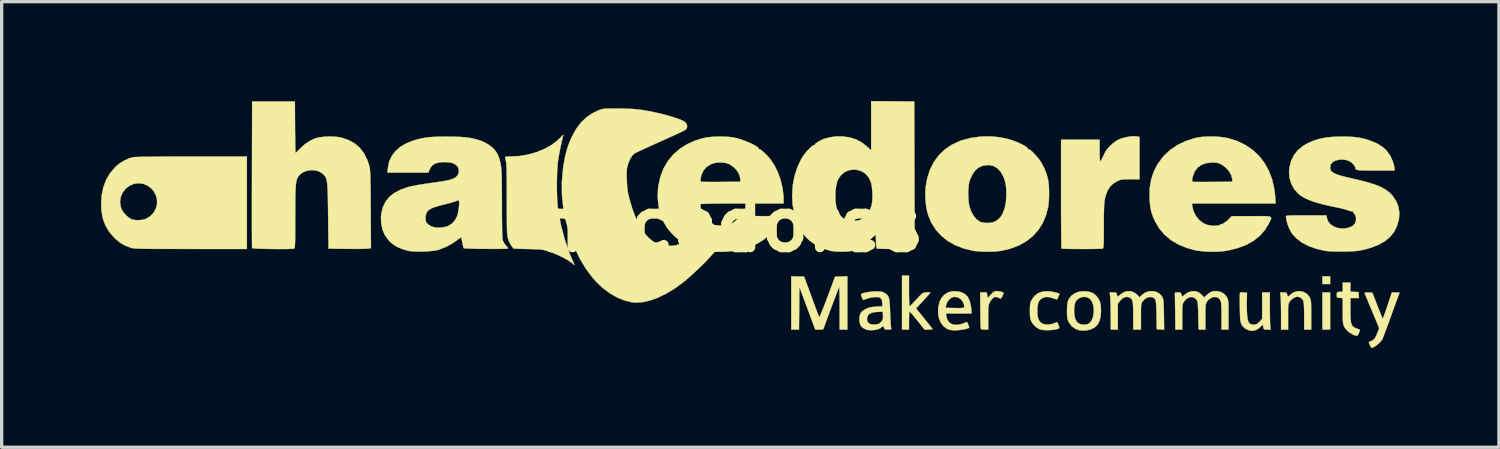
<source format=kicad_pcb>
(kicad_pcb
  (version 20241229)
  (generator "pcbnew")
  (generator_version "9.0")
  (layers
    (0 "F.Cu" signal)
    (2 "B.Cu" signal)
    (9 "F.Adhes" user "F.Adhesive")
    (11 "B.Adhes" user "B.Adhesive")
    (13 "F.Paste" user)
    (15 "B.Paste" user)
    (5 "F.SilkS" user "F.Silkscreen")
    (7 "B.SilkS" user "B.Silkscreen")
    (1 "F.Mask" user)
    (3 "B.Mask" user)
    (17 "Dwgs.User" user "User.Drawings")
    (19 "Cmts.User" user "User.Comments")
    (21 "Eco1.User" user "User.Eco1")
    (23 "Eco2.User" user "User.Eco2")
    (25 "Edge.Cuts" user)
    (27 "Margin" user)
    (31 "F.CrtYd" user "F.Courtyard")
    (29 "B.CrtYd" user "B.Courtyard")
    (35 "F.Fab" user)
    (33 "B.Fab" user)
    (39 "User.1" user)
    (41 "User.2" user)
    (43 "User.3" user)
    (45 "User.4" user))
  (footprint "hacedores"
    (layer "F.Cu")
    (at 19.034 3.731)
    (property "Reference" "hacedores" (at 0 0 0) (layer "F.SilkS") (effects (font (size 1.524 1.524) (thickness 0.3))))
    (attr through_hole)
    (fp_poly (pts (xy 18.098 1.799) (xy 17.865 1.799) (xy 17.865 1.566) (xy 18.098 1.566) (xy 18.098 1.799)) (stroke (width 0.01) (type solid)) (fill yes) (layer "F.SilkS"))
    (fp_poly (pts (xy 18.098 3.175) (xy 17.865 3.175) (xy 17.865 2.053) (xy 18.098 2.053) (xy 18.098 3.175)) (stroke (width 0.01) (type solid)) (fill yes) (layer "F.SilkS"))
    (fp_poly (pts (xy 8.081 2.016) (xy 8.142 2.028) (xy 8.197 2.044) (xy 8.23 2.059) (xy 8.234 2.065) (xy 8.227 2.088) (xy 8.209 2.136) (xy 8.199 2.16) (xy 8.172 2.215) (xy 8.147 2.235) (xy 8.131 2.232) (xy 8.053 2.202) (xy 8.002 2.188) (xy 7.966 2.19) (xy 7.934 2.206) (xy 7.92 2.216) (xy 7.876 2.26) (xy 7.831 2.323) (xy 7.816 2.35) (xy 7.798 2.387) (xy 7.786 2.425) (xy 7.777 2.47) (xy 7.772 2.531) (xy 7.769 2.616) (xy 7.768 2.731) (xy 7.768 2.809) (xy 7.768 3.175) (xy 7.662 3.175) (xy 7.59 3.17) (xy 7.551 3.155) (xy 7.546 3.149) (xy 7.543 3.121) (xy 7.54 3.057) (xy 7.537 2.963) (xy 7.534 2.844) (xy 7.532 2.707) (xy 7.531 2.588) (xy 7.525 2.053) (xy 7.625 2.053) (xy 7.725 2.053) (xy 7.739 2.137) (xy 7.752 2.222) (xy 7.851 2.116) (xy 7.91 2.057) (xy 7.955 2.025) (xy 7.998 2.012) (xy 8.025 2.011) (xy 8.081 2.016)) (stroke (width 0.01) (type solid)) (fill yes) (layer "F.SilkS"))
    (fp_poly (pts (xy 18.711 2.03) (xy 18.833 2.036) (xy 18.955 2.043) (xy 18.961 2.133) (xy 18.968 2.223) (xy 18.711 2.223) (xy 18.711 2.594) (xy 18.712 2.752) (xy 18.718 2.874) (xy 18.729 2.965) (xy 18.75 3.032) (xy 18.782 3.079) (xy 18.829 3.114) (xy 18.892 3.141) (xy 18.959 3.163) (xy 18.986 3.173) (xy 18.994 3.191) (xy 18.986 3.227) (xy 18.97 3.271) (xy 18.943 3.331) (xy 18.913 3.359) (xy 18.868 3.358) (xy 18.799 3.332) (xy 18.785 3.326) (xy 18.655 3.247) (xy 18.559 3.145) (xy 18.522 3.083) (xy 18.507 3.047) (xy 18.495 3.008) (xy 18.487 2.959) (xy 18.482 2.894) (xy 18.48 2.804) (xy 18.479 2.683) (xy 18.479 2.609) (xy 18.479 2.225) (xy 18.389 2.218) (xy 18.332 2.212) (xy 18.306 2.197) (xy 18.299 2.162) (xy 18.299 2.127) (xy 18.301 2.074) (xy 18.315 2.049) (xy 18.352 2.039) (xy 18.389 2.036) (xy 18.479 2.03) (xy 18.479 1.757) (xy 18.711 1.757) (xy 18.711 2.03)) (stroke (width 0.01) (type solid)) (fill yes) (layer "F.SilkS"))
    (fp_poly (pts (xy 5.376 2.011) (xy 5.377 2.146) (xy 5.379 2.266) (xy 5.382 2.364) (xy 5.386 2.434) (xy 5.39 2.471) (xy 5.392 2.475) (xy 5.412 2.46) (xy 5.454 2.419) (xy 5.513 2.359) (xy 5.582 2.284) (xy 5.599 2.267) (xy 5.676 2.183) (xy 5.732 2.125) (xy 5.774 2.089) (xy 5.809 2.067) (xy 5.844 2.057) (xy 5.887 2.052) (xy 5.902 2.051) (xy 5.966 2.048) (xy 6.01 2.05) (xy 6.022 2.054) (xy 6.011 2.072) (xy 5.975 2.115) (xy 5.92 2.178) (xy 5.85 2.255) (xy 5.809 2.3) (xy 5.588 2.535) (xy 5.831 2.835) (xy 5.909 2.932) (xy 5.978 3.018) (xy 6.034 3.087) (xy 6.071 3.135) (xy 6.086 3.155) (xy 6.074 3.166) (xy 6.027 3.173) (xy 5.973 3.175) (xy 5.847 3.175) (xy 5.628 2.901) (xy 5.554 2.81) (xy 5.488 2.731) (xy 5.436 2.671) (xy 5.403 2.634) (xy 5.392 2.626) (xy 5.386 2.645) (xy 5.381 2.699) (xy 5.378 2.78) (xy 5.376 2.879) (xy 5.376 2.9) (xy 5.376 3.175) (xy 5.165 3.175) (xy 5.165 1.545) (xy 5.376 1.545) (xy 5.376 2.011)) (stroke (width 0.01) (type solid)) (fill yes) (layer "F.SilkS"))
    (fp_poly (pts (xy 3.514 3.175) (xy 3.281 3.175) (xy 3.281 2.526) (xy 3.28 2.366) (xy 3.279 2.221) (xy 3.277 2.096) (xy 3.275 1.997) (xy 3.271 1.928) (xy 3.268 1.894) (xy 3.266 1.891) (xy 3.256 1.913) (xy 3.234 1.969) (xy 3.201 2.053) (xy 3.161 2.159) (xy 3.114 2.28) (xy 3.064 2.412) (xy 3.013 2.549) (xy 2.963 2.683) (xy 2.916 2.81) (xy 2.874 2.924) (xy 2.84 3.018) (xy 2.816 3.087) (xy 2.81 3.106) (xy 2.794 3.145) (xy 2.774 3.166) (xy 2.736 3.174) (xy 2.668 3.175) (xy 2.666 3.175) (xy 2.545 3.175) (xy 2.064 1.883) (xy 2.053 3.175) (xy 1.82 3.175) (xy 1.82 1.565) (xy 2.014 1.571) (xy 2.207 1.577) (xy 2.352 1.968) (xy 2.403 2.107) (xy 2.456 2.249) (xy 2.505 2.383) (xy 2.547 2.498) (xy 2.574 2.572) (xy 2.608 2.66) (xy 2.637 2.734) (xy 2.658 2.784) (xy 2.667 2.8) (xy 2.677 2.785) (xy 2.7 2.735) (xy 2.734 2.654) (xy 2.777 2.547) (xy 2.827 2.419) (xy 2.883 2.275) (xy 2.912 2.197) (xy 3.143 1.577) (xy 3.328 1.571) (xy 3.514 1.565) (xy 3.514 3.175)) (stroke (width 0.01) (type solid)) (fill yes) (layer "F.SilkS"))
    (fp_poly (pts (xy 17.303 2.041) (xy 17.397 2.098) (xy 17.469 2.183) (xy 17.478 2.201) (xy 17.494 2.235) (xy 17.506 2.269) (xy 17.515 2.31) (xy 17.521 2.365) (xy 17.524 2.44) (xy 17.525 2.541) (xy 17.526 2.676) (xy 17.526 2.735) (xy 17.526 3.175) (xy 17.314 3.175) (xy 17.314 2.776) (xy 17.313 2.629) (xy 17.309 2.502) (xy 17.304 2.401) (xy 17.296 2.332) (xy 17.291 2.31) (xy 17.25 2.247) (xy 17.186 2.2) (xy 17.116 2.18) (xy 17.112 2.18) (xy 17.044 2.196) (xy 16.968 2.239) (xy 16.902 2.297) (xy 16.879 2.326) (xy 16.861 2.354) (xy 16.847 2.383) (xy 16.838 2.418) (xy 16.832 2.467) (xy 16.829 2.536) (xy 16.828 2.633) (xy 16.828 2.765) (xy 16.828 2.788) (xy 16.828 3.175) (xy 16.616 3.175) (xy 16.616 2.725) (xy 16.615 2.584) (xy 16.613 2.449) (xy 16.61 2.33) (xy 16.607 2.235) (xy 16.603 2.172) (xy 16.602 2.164) (xy 16.589 2.053) (xy 16.687 2.053) (xy 16.748 2.055) (xy 16.779 2.067) (xy 16.794 2.095) (xy 16.799 2.117) (xy 16.813 2.164) (xy 16.832 2.176) (xy 16.865 2.153) (xy 16.893 2.125) (xy 16.983 2.055) (xy 17.087 2.019) (xy 17.197 2.015) (xy 17.303 2.041)) (stroke (width 0.01) (type solid)) (fill yes) (layer "F.SilkS"))
    (fp_poly (pts (xy 15.485 2.052) (xy 15.586 2.064) (xy 15.581 2.322) (xy 15.58 2.444) (xy 15.582 2.572) (xy 15.586 2.687) (xy 15.591 2.755) (xy 15.607 2.871) (xy 15.633 2.95) (xy 15.674 2.999) (xy 15.734 3.022) (xy 15.793 3.027) (xy 15.85 3.022) (xy 15.896 3.002) (xy 15.945 2.96) (xy 15.963 2.941) (xy 16.044 2.856) (xy 16.044 2.053) (xy 16.277 2.053) (xy 16.277 2.535) (xy 16.278 2.678) (xy 16.28 2.812) (xy 16.282 2.929) (xy 16.285 3.021) (xy 16.289 3.081) (xy 16.291 3.096) (xy 16.304 3.175) (xy 16.198 3.175) (xy 16.135 3.174) (xy 16.101 3.164) (xy 16.086 3.138) (xy 16.077 3.099) (xy 16.063 3.023) (xy 15.987 3.099) (xy 15.925 3.149) (xy 15.859 3.187) (xy 15.834 3.196) (xy 15.78 3.21) (xy 15.74 3.214) (xy 15.693 3.207) (xy 15.645 3.196) (xy 15.537 3.15) (xy 15.454 3.07) (xy 15.42 3.015) (xy 15.405 2.981) (xy 15.394 2.943) (xy 15.386 2.893) (xy 15.38 2.825) (xy 15.376 2.732) (xy 15.372 2.608) (xy 15.371 2.512) (xy 15.369 2.382) (xy 15.369 2.265) (xy 15.369 2.17) (xy 15.371 2.101) (xy 15.373 2.068) (xy 15.374 2.066) (xy 15.399 2.05) (xy 15.459 2.049) (xy 15.485 2.052)) (stroke (width 0.01) (type solid)) (fill yes) (layer "F.SilkS"))
    (fp_poly (pts (xy 9.673 2.028) (xy 9.755 2.043) (xy 9.828 2.06) (xy 9.871 2.073) (xy 9.927 2.094) (xy 9.891 2.174) (xy 9.867 2.226) (xy 9.851 2.259) (xy 9.849 2.263) (xy 9.828 2.261) (xy 9.781 2.247) (xy 9.753 2.237) (xy 9.625 2.198) (xy 9.522 2.189) (xy 9.436 2.209) (xy 9.421 2.216) (xy 9.352 2.26) (xy 9.305 2.313) (xy 9.276 2.383) (xy 9.259 2.481) (xy 9.254 2.562) (xy 9.255 2.715) (xy 9.275 2.835) (xy 9.317 2.923) (xy 9.379 2.983) (xy 9.385 2.986) (xy 9.47 3.017) (xy 9.576 3.024) (xy 9.69 3.008) (xy 9.757 2.986) (xy 9.852 2.948) (xy 9.89 3.033) (xy 9.91 3.088) (xy 9.915 3.126) (xy 9.912 3.133) (xy 9.862 3.158) (xy 9.782 3.176) (xy 9.681 3.188) (xy 9.573 3.193) (xy 9.467 3.191) (xy 9.375 3.18) (xy 9.313 3.162) (xy 9.202 3.092) (xy 9.109 2.989) (xy 9.074 2.932) (xy 9.053 2.886) (xy 9.039 2.837) (xy 9.032 2.774) (xy 9.029 2.685) (xy 9.028 2.614) (xy 9.029 2.508) (xy 9.033 2.433) (xy 9.042 2.377) (xy 9.058 2.328) (xy 9.083 2.276) (xy 9.086 2.271) (xy 9.168 2.158) (xy 9.275 2.077) (xy 9.406 2.029) (xy 9.557 2.016) (xy 9.673 2.028)) (stroke (width 0.01) (type solid)) (fill yes) (layer "F.SilkS"))
    (fp_poly (pts (xy 20.141 2.055) (xy 20.183 2.059) (xy 20.193 2.063) (xy 20.186 2.087) (xy 20.172 2.121) (xy 20.16 2.152) (xy 20.136 2.218) (xy 20.101 2.314) (xy 20.057 2.433) (xy 20.007 2.571) (xy 19.952 2.723) (xy 19.927 2.794) (xy 19.87 2.95) (xy 19.817 3.096) (xy 19.769 3.225) (xy 19.729 3.332) (xy 19.698 3.413) (xy 19.678 3.462) (xy 19.674 3.471) (xy 19.631 3.531) (xy 19.568 3.595) (xy 19.496 3.654) (xy 19.424 3.7) (xy 19.365 3.724) (xy 19.351 3.725) (xy 19.332 3.707) (xy 19.308 3.663) (xy 19.298 3.64) (xy 19.265 3.555) (xy 19.332 3.527) (xy 19.392 3.494) (xy 19.439 3.449) (xy 19.48 3.382) (xy 19.522 3.283) (xy 19.526 3.274) (xy 19.58 3.13) (xy 19.366 2.618) (xy 19.308 2.48) (xy 19.255 2.353) (xy 19.21 2.244) (xy 19.174 2.158) (xy 19.15 2.101) (xy 19.141 2.078) (xy 19.144 2.063) (xy 19.175 2.056) (xy 19.24 2.057) (xy 19.252 2.057) (xy 19.375 2.064) (xy 19.525 2.449) (xy 19.572 2.568) (xy 19.613 2.673) (xy 19.648 2.759) (xy 19.673 2.818) (xy 19.685 2.844) (xy 19.686 2.844) (xy 19.696 2.829) (xy 19.716 2.779) (xy 19.745 2.7) (xy 19.781 2.598) (xy 19.822 2.48) (xy 19.83 2.454) (xy 19.963 2.053) (xy 20.078 2.053) (xy 20.141 2.055)) (stroke (width 0.01) (type solid)) (fill yes) (layer "F.SilkS"))
    (fp_poly (pts (xy 6.821 2.019) (xy 6.96 2.048) (xy 7.071 2.106) (xy 7.154 2.193) (xy 7.212 2.313) (xy 7.246 2.466) (xy 7.253 2.527) (xy 7.266 2.688) (xy 6.493 2.688) (xy 6.504 2.774) (xy 6.536 2.884) (xy 6.597 2.965) (xy 6.683 3.016) (xy 6.791 3.035) (xy 6.917 3.021) (xy 7.019 2.988) (xy 7.127 2.945) (xy 7.162 3.019) (xy 7.184 3.07) (xy 7.196 3.106) (xy 7.197 3.109) (xy 7.177 3.128) (xy 7.125 3.148) (xy 7.049 3.166) (xy 6.96 3.182) (xy 6.866 3.192) (xy 6.781 3.196) (xy 6.681 3.193) (xy 6.608 3.183) (xy 6.547 3.162) (xy 6.517 3.147) (xy 6.416 3.072) (xy 6.337 2.965) (xy 6.283 2.835) (xy 6.255 2.687) (xy 6.258 2.53) (xy 6.259 2.517) (xy 6.477 2.517) (xy 6.715 2.523) (xy 6.844 2.526) (xy 6.937 2.525) (xy 6.998 2.52) (xy 7.033 2.511) (xy 7.047 2.498) (xy 7.048 2.49) (xy 7.033 2.408) (xy 6.995 2.324) (xy 6.944 2.259) (xy 6.941 2.256) (xy 6.849 2.202) (xy 6.757 2.186) (xy 6.669 2.207) (xy 6.591 2.263) (xy 6.529 2.35) (xy 6.49 2.46) (xy 6.477 2.517) (xy 6.259 2.517) (xy 6.266 2.475) (xy 6.302 2.333) (xy 6.356 2.222) (xy 6.432 2.134) (xy 6.45 2.118) (xy 6.56 2.05) (xy 6.686 2.018) (xy 6.821 2.019)) (stroke (width 0.01) (type solid)) (fill yes) (layer "F.SilkS"))
    (fp_poly (pts (xy 10.766 2.023) (xy 10.842 2.04) (xy 10.932 2.075) (xy 11.003 2.126) (xy 11.044 2.168) (xy 11.103 2.248) (xy 11.143 2.33) (xy 11.166 2.428) (xy 11.175 2.552) (xy 11.176 2.609) (xy 11.167 2.767) (xy 11.137 2.895) (xy 11.085 3.003) (xy 11.06 3.039) (xy 10.978 3.114) (xy 10.868 3.169) (xy 10.74 3.2) (xy 10.603 3.206) (xy 10.52 3.195) (xy 10.394 3.148) (xy 10.287 3.068) (xy 10.206 2.958) (xy 10.203 2.953) (xy 10.18 2.903) (xy 10.164 2.855) (xy 10.155 2.8) (xy 10.151 2.725) (xy 10.149 2.621) (xy 10.149 2.604) (xy 10.15 2.593) (xy 10.364 2.593) (xy 10.372 2.748) (xy 10.402 2.866) (xy 10.453 2.951) (xy 10.527 3.003) (xy 10.625 3.026) (xy 10.656 3.027) (xy 10.743 3.02) (xy 10.805 2.996) (xy 10.826 2.981) (xy 10.888 2.908) (xy 10.932 2.805) (xy 10.955 2.681) (xy 10.957 2.546) (xy 10.943 2.444) (xy 10.903 2.327) (xy 10.839 2.244) (xy 10.755 2.197) (xy 10.654 2.186) (xy 10.55 2.211) (xy 10.47 2.256) (xy 10.414 2.323) (xy 10.38 2.416) (xy 10.365 2.542) (xy 10.364 2.593) (xy 10.15 2.593) (xy 10.152 2.474) (xy 10.162 2.377) (xy 10.182 2.301) (xy 10.214 2.237) (xy 10.263 2.175) (xy 10.274 2.162) (xy 10.368 2.088) (xy 10.488 2.038) (xy 10.624 2.016) (xy 10.766 2.023)) (stroke (width 0.01) (type solid)) (fill yes) (layer "F.SilkS"))
    (fp_poly (pts (xy -14.626 0.741) (xy -16.325 0.74) (xy -16.635 0.739) (xy -16.905 0.739) (xy -17.139 0.738) (xy -17.339 0.738) (xy -17.509 0.737) (xy -17.651 0.735) (xy -17.768 0.733) (xy -17.863 0.731) (xy -17.939 0.728) (xy -17.999 0.724) (xy -18.045 0.72) (xy -18.081 0.715) (xy -18.11 0.709) (xy -18.134 0.703) (xy -18.14 0.701) (xy -18.303 0.638) (xy -18.443 0.559) (xy -18.574 0.455) (xy -18.648 0.384) (xy -18.794 0.21) (xy -18.904 0.021) (xy -18.979 -0.187) (xy -19.02 -0.416) (xy -19.029 -0.608) (xy -19.024 -0.683) (xy -18.458 -0.683) (xy -18.438 -0.539) (xy -18.407 -0.454) (xy -18.356 -0.37) (xy -18.283 -0.286) (xy -18.202 -0.214) (xy -18.122 -0.163) (xy -18.089 -0.15) (xy -17.98 -0.131) (xy -17.858 -0.131) (xy -17.743 -0.148) (xy -17.674 -0.171) (xy -17.544 -0.251) (xy -17.445 -0.354) (xy -17.377 -0.476) (xy -17.341 -0.608) (xy -17.34 -0.746) (xy -17.374 -0.882) (xy -17.444 -1.01) (xy -17.506 -1.082) (xy -17.625 -1.174) (xy -17.759 -1.229) (xy -17.899 -1.247) (xy -18.039 -1.228) (xy -18.171 -1.172) (xy -18.287 -1.082) (xy -18.381 -0.962) (xy -18.438 -0.826) (xy -18.458 -0.683) (xy -19.024 -0.683) (xy -19.012 -0.878) (xy -18.962 -1.124) (xy -18.878 -1.348) (xy -18.758 -1.55) (xy -18.603 -1.733) (xy -18.586 -1.751) (xy -18.464 -1.85) (xy -18.321 -1.936) (xy -18.171 -2.001) (xy -18.058 -2.032) (xy -18.014 -2.036) (xy -17.931 -2.04) (xy -17.81 -2.043) (xy -17.652 -2.046) (xy -17.461 -2.048) (xy -17.239 -2.05) (xy -16.987 -2.052) (xy -16.707 -2.053) (xy -16.403 -2.053) (xy -16.285 -2.053) (xy -14.626 -2.053) (xy -14.626 0.741)) (stroke (width 0.01) (type solid)) (fill yes) (layer "F.SilkS"))
    (fp_poly (pts (xy 12.293 -2.654) (xy 12.34 -2.641) (xy 12.34 -1.365) (xy 12.06 -1.365) (xy 11.944 -1.365) (xy 11.861 -1.362) (xy 11.801 -1.356) (xy 11.752 -1.345) (xy 11.707 -1.328) (xy 11.656 -1.303) (xy 11.535 -1.227) (xy 11.441 -1.132) (xy 11.369 -1.012) (xy 11.314 -0.86) (xy 11.292 -0.767) (xy 11.282 -0.709) (xy 11.275 -0.632) (xy 11.269 -0.531) (xy 11.265 -0.403) (xy 11.262 -0.243) (xy 11.261 -0.046) (xy 11.261 0.045) (xy 11.261 0.233) (xy 11.26 0.383) (xy 11.258 0.499) (xy 11.256 0.586) (xy 11.252 0.648) (xy 11.247 0.689) (xy 11.241 0.713) (xy 11.232 0.725) (xy 11.227 0.728) (xy 11.197 0.732) (xy 11.132 0.735) (xy 11.039 0.737) (xy 10.923 0.739) (xy 10.793 0.74) (xy 10.654 0.741) (xy 10.513 0.74) (xy 10.376 0.74) (xy 10.25 0.738) (xy 10.141 0.736) (xy 10.056 0.733) (xy 10.001 0.73) (xy 9.984 0.727) (xy 9.981 0.704) (xy 9.979 0.642) (xy 9.977 0.544) (xy 9.975 0.414) (xy 9.974 0.254) (xy 9.972 0.068) (xy 9.971 -0.14) (xy 9.97 -0.368) (xy 9.97 -0.612) (xy 9.97 -0.869) (xy 9.97 -0.924) (xy 9.97 -2.561) (xy 11.134 -2.561) (xy 11.134 -2.233) (xy 11.135 -2.121) (xy 11.138 -2.025) (xy 11.142 -1.953) (xy 11.148 -1.912) (xy 11.151 -1.905) (xy 11.169 -1.923) (xy 11.197 -1.969) (xy 11.226 -2.027) (xy 11.263 -2.103) (xy 11.298 -2.174) (xy 11.318 -2.212) (xy 11.368 -2.283) (xy 11.443 -2.364) (xy 11.53 -2.445) (xy 11.617 -2.513) (xy 11.69 -2.557) (xy 11.816 -2.606) (xy 11.953 -2.641) (xy 12.088 -2.662) (xy 12.21 -2.665) (xy 12.293 -2.654)) (stroke (width 0.01) (type solid)) (fill yes) (layer "F.SilkS"))
    (fp_poly (pts (xy 12.104 2.023) (xy 12.21 2.074) (xy 12.262 2.118) (xy 12.345 2.201) (xy 12.404 2.137) (xy 12.496 2.065) (xy 12.603 2.024) (xy 12.715 2.013) (xy 12.825 2.03) (xy 12.923 2.076) (xy 13.001 2.149) (xy 13.027 2.191) (xy 13.042 2.223) (xy 13.053 2.258) (xy 13.061 2.304) (xy 13.067 2.366) (xy 13.071 2.451) (xy 13.074 2.565) (xy 13.077 2.714) (xy 13.077 2.726) (xy 13.083 3.177) (xy 12.971 3.171) (xy 12.859 3.164) (xy 12.854 2.752) (xy 12.851 2.603) (xy 12.846 2.475) (xy 12.839 2.374) (xy 12.831 2.306) (xy 12.825 2.281) (xy 12.78 2.224) (xy 12.712 2.193) (xy 12.63 2.192) (xy 12.559 2.214) (xy 12.494 2.259) (xy 12.438 2.316) (xy 12.43 2.326) (xy 12.413 2.354) (xy 12.401 2.383) (xy 12.392 2.42) (xy 12.387 2.473) (xy 12.384 2.547) (xy 12.383 2.65) (xy 12.383 2.787) (xy 12.383 3.175) (xy 12.15 3.175) (xy 12.149 2.757) (xy 12.149 2.598) (xy 12.146 2.475) (xy 12.139 2.383) (xy 12.129 2.317) (xy 12.112 2.271) (xy 12.089 2.239) (xy 12.058 2.216) (xy 12.035 2.204) (xy 11.953 2.187) (xy 11.868 2.207) (xy 11.789 2.263) (xy 11.747 2.311) (xy 11.684 2.398) (xy 11.684 3.175) (xy 11.472 3.175) (xy 11.471 2.736) (xy 11.469 2.595) (xy 11.467 2.46) (xy 11.463 2.34) (xy 11.459 2.244) (xy 11.454 2.18) (xy 11.454 2.175) (xy 11.438 2.053) (xy 11.541 2.053) (xy 11.602 2.055) (xy 11.635 2.066) (xy 11.65 2.092) (xy 11.655 2.117) (xy 11.667 2.161) (xy 11.678 2.18) (xy 11.678 2.18) (xy 11.698 2.168) (xy 11.74 2.135) (xy 11.773 2.107) (xy 11.88 2.04) (xy 11.993 2.012) (xy 12.104 2.023)) (stroke (width 0.01) (type solid)) (fill yes) (layer "F.SilkS"))
    (fp_poly (pts (xy -5.065 -2.703) (xy -5.078 -2.657) (xy -5.098 -2.579) (xy -5.121 -2.477) (xy -5.146 -2.36) (xy -5.171 -2.237) (xy -5.194 -2.116) (xy -5.214 -2.007) (xy -5.222 -1.958) (xy -5.238 -1.823) (xy -5.25 -1.655) (xy -5.258 -1.464) (xy -5.261 -1.261) (xy -5.261 -1.054) (xy -5.256 -0.853) (xy -5.246 -0.668) (xy -5.233 -0.509) (xy -5.222 -0.423) (xy -5.133 0.043) (xy -5.017 0.477) (xy -4.875 0.879) (xy -4.817 1.017) (xy -4.78 1.102) (xy -4.751 1.17) (xy -4.732 1.214) (xy -4.728 1.226) (xy -4.744 1.213) (xy -4.785 1.181) (xy -4.833 1.144) (xy -4.936 1.074) (xy -5.07 1) (xy -5.224 0.926) (xy -5.388 0.857) (xy -5.489 0.82) (xy -5.556 0.798) (xy -5.613 0.781) (xy -5.67 0.768) (xy -5.732 0.759) (xy -5.809 0.753) (xy -5.908 0.748) (xy -6.037 0.744) (xy -6.125 0.742) (xy -6.566 0.73) (xy -6.628 0.656) (xy -6.668 0.595) (xy -6.708 0.513) (xy -6.732 0.448) (xy -6.741 0.415) (xy -6.749 0.381) (xy -6.756 0.341) (xy -6.761 0.292) (xy -6.765 0.23) (xy -6.768 0.151) (xy -6.77 0.05) (xy -6.772 -0.075) (xy -6.773 -0.229) (xy -6.773 -0.417) (xy -6.773 -0.641) (xy -6.773 -0.749) (xy -6.774 -1.006) (xy -6.774 -1.223) (xy -6.776 -1.405) (xy -6.778 -1.554) (xy -6.781 -1.674) (xy -6.785 -1.768) (xy -6.79 -1.838) (xy -6.796 -1.889) (xy -6.802 -1.921) (xy -6.816 -1.984) (xy -6.822 -2.029) (xy -6.82 -2.042) (xy -6.795 -2.047) (xy -6.738 -2.051) (xy -6.662 -2.053) (xy -6.646 -2.053) (xy -6.388 -2.068) (xy -6.132 -2.112) (xy -5.884 -2.182) (xy -5.652 -2.276) (xy -5.442 -2.39) (xy -5.262 -2.523) (xy -5.177 -2.604) (xy -5.123 -2.658) (xy -5.084 -2.694) (xy -5.065 -2.706) (xy -5.065 -2.703)) (stroke (width 0.01) (type solid)) (fill yes) (layer "F.SilkS"))
    (fp_poly (pts (xy 14.772 2.029) (xy 14.876 2.081) (xy 14.956 2.16) (xy 14.981 2.201) (xy 14.997 2.235) (xy 15.009 2.269) (xy 15.017 2.31) (xy 15.023 2.365) (xy 15.026 2.44) (xy 15.028 2.541) (xy 15.028 2.676) (xy 15.028 2.735) (xy 15.028 3.175) (xy 14.817 3.175) (xy 14.817 2.768) (xy 14.816 2.621) (xy 14.814 2.51) (xy 14.81 2.428) (xy 14.804 2.369) (xy 14.795 2.326) (xy 14.783 2.293) (xy 14.78 2.286) (xy 14.728 2.223) (xy 14.657 2.192) (xy 14.576 2.191) (xy 14.494 2.221) (xy 14.417 2.281) (xy 14.381 2.326) (xy 14.363 2.354) (xy 14.35 2.383) (xy 14.341 2.418) (xy 14.335 2.467) (xy 14.332 2.536) (xy 14.33 2.633) (xy 14.33 2.765) (xy 14.33 2.788) (xy 14.33 3.175) (xy 14.124 3.175) (xy 14.114 2.751) (xy 14.111 2.606) (xy 14.107 2.496) (xy 14.102 2.416) (xy 14.096 2.359) (xy 14.088 2.32) (xy 14.076 2.292) (xy 14.062 2.27) (xy 13.996 2.212) (xy 13.918 2.19) (xy 13.834 2.203) (xy 13.753 2.252) (xy 13.686 2.326) (xy 13.667 2.355) (xy 13.653 2.383) (xy 13.643 2.417) (xy 13.637 2.463) (xy 13.633 2.53) (xy 13.632 2.622) (xy 13.631 2.749) (xy 13.631 2.79) (xy 13.631 3.175) (xy 13.423 3.175) (xy 13.416 2.619) (xy 13.414 2.471) (xy 13.412 2.337) (xy 13.411 2.223) (xy 13.409 2.136) (xy 13.409 2.08) (xy 13.409 2.06) (xy 13.428 2.057) (xy 13.475 2.052) (xy 13.492 2.05) (xy 13.55 2.05) (xy 13.585 2.07) (xy 13.61 2.118) (xy 13.62 2.146) (xy 13.631 2.171) (xy 13.648 2.169) (xy 13.682 2.141) (xy 13.69 2.133) (xy 13.797 2.056) (xy 13.91 2.017) (xy 14.022 2.015) (xy 14.127 2.051) (xy 14.22 2.125) (xy 14.231 2.137) (xy 14.288 2.206) (xy 14.374 2.128) (xy 14.457 2.063) (xy 14.533 2.026) (xy 14.619 2.012) (xy 14.655 2.011) (xy 14.772 2.029)) (stroke (width 0.01) (type solid)) (fill yes) (layer "F.SilkS"))
    (fp_poly (pts (xy 4.486 2.024) (xy 4.552 2.032) (xy 4.603 2.05) (xy 4.641 2.071) (xy 4.688 2.103) (xy 4.724 2.137) (xy 4.752 2.178) (xy 4.771 2.234) (xy 4.785 2.309) (xy 4.795 2.41) (xy 4.802 2.543) (xy 4.807 2.678) (xy 4.812 2.809) (xy 4.818 2.928) (xy 4.824 3.027) (xy 4.83 3.098) (xy 4.836 3.136) (xy 4.837 3.138) (xy 4.84 3.16) (xy 4.823 3.171) (xy 4.775 3.175) (xy 4.744 3.175) (xy 4.679 3.173) (xy 4.645 3.163) (xy 4.628 3.14) (xy 4.623 3.122) (xy 4.603 3.078) (xy 4.578 3.072) (xy 4.561 3.091) (xy 4.513 3.133) (xy 4.436 3.166) (xy 4.339 3.187) (xy 4.236 3.195) (xy 4.138 3.188) (xy 4.056 3.165) (xy 4.05 3.162) (xy 3.964 3.108) (xy 3.911 3.043) (xy 3.885 2.954) (xy 3.878 2.894) (xy 3.879 2.861) (xy 4.106 2.861) (xy 4.122 2.94) (xy 4.17 2.993) (xy 4.251 3.02) (xy 4.348 3.022) (xy 4.423 3.014) (xy 4.473 2.997) (xy 4.514 2.966) (xy 4.534 2.944) (xy 4.569 2.899) (xy 4.587 2.856) (xy 4.591 2.798) (xy 4.589 2.755) (xy 4.583 2.635) (xy 4.45 2.639) (xy 4.314 2.651) (xy 4.214 2.68) (xy 4.149 2.727) (xy 4.114 2.795) (xy 4.106 2.861) (xy 3.879 2.861) (xy 3.882 2.776) (xy 3.911 2.687) (xy 3.97 2.617) (xy 4.064 2.556) (xy 4.068 2.555) (xy 4.142 2.522) (xy 4.218 2.501) (xy 4.311 2.488) (xy 4.378 2.483) (xy 4.572 2.47) (xy 4.572 2.38) (xy 4.559 2.292) (xy 4.531 2.241) (xy 4.503 2.213) (xy 4.468 2.198) (xy 4.412 2.193) (xy 4.357 2.193) (xy 4.237 2.206) (xy 4.122 2.235) (xy 4.108 2.24) (xy 4.045 2.264) (xy 4.002 2.278) (xy 3.988 2.28) (xy 3.978 2.26) (xy 3.958 2.213) (xy 3.949 2.192) (xy 3.929 2.133) (xy 3.932 2.102) (xy 3.939 2.094) (xy 3.991 2.074) (xy 4.073 2.054) (xy 4.174 2.038) (xy 4.281 2.026) (xy 4.383 2.021) (xy 4.392 2.021) (xy 4.486 2.024)) (stroke (width 0.01) (type solid)) (fill yes) (layer "F.SilkS"))
    (fp_poly (pts (xy 14.774 -2.645) (xy 14.95 -2.621) (xy 15.028 -2.604) (xy 15.302 -2.516) (xy 15.549 -2.395) (xy 15.768 -2.243) (xy 15.959 -2.062) (xy 16.12 -1.852) (xy 16.25 -1.616) (xy 16.348 -1.354) (xy 16.412 -1.069) (xy 16.437 -0.852) (xy 16.452 -0.635) (xy 13.923 -0.635) (xy 13.937 -0.534) (xy 13.976 -0.385) (xy 14.049 -0.248) (xy 14.147 -0.13) (xy 14.266 -0.04) (xy 14.381 0.011) (xy 14.549 0.042) (xy 14.705 0.034) (xy 14.772 0.011) (xy 14.88 0.011) (xy 14.891 0.021) (xy 14.901 0.011) (xy 14.891 0) (xy 14.88 0.011) (xy 14.772 0.011) (xy 14.849 -0.016) (xy 14.979 -0.104) (xy 15.014 -0.138) (xy 15.124 -0.249) (xy 15.722 -0.251) (xy 15.904 -0.252) (xy 16.047 -0.252) (xy 16.156 -0.251) (xy 16.233 -0.245) (xy 16.284 -0.234) (xy 16.31 -0.217) (xy 16.317 -0.19) (xy 16.307 -0.154) (xy 16.285 -0.107) (xy 16.255 -0.046) (xy 16.247 -0.031) (xy 16.127 0.169) (xy 15.972 0.344) (xy 15.785 0.493) (xy 15.564 0.615) (xy 15.311 0.712) (xy 15.025 0.783) (xy 14.908 0.803) (xy 14.759 0.818) (xy 14.585 0.824) (xy 14.404 0.821) (xy 14.229 0.809) (xy 14.077 0.789) (xy 14.044 0.783) (xy 13.764 0.708) (xy 13.512 0.604) (xy 13.289 0.471) (xy 13.097 0.31) (xy 12.937 0.123) (xy 12.81 -0.09) (xy 12.809 -0.093) (xy 12.745 -0.237) (xy 12.699 -0.376) (xy 12.668 -0.521) (xy 12.649 -0.687) (xy 12.643 -0.807) (xy 12.648 -1.091) (xy 12.687 -1.329) (xy 13.928 -1.329) (xy 13.935 -1.291) (xy 13.936 -1.289) (xy 13.959 -1.287) (xy 14.019 -1.286) (xy 14.11 -1.285) (xy 14.227 -1.284) (xy 14.364 -1.285) (xy 14.517 -1.286) (xy 14.545 -1.286) (xy 15.145 -1.291) (xy 15.14 -1.369) (xy 15.113 -1.485) (xy 15.05 -1.6) (xy 14.959 -1.706) (xy 14.847 -1.793) (xy 14.806 -1.816) (xy 14.742 -1.846) (xy 14.681 -1.862) (xy 14.606 -1.87) (xy 14.529 -1.871) (xy 14.36 -1.854) (xy 14.217 -1.805) (xy 14.101 -1.724) (xy 14.014 -1.612) (xy 13.963 -1.495) (xy 13.937 -1.399) (xy 13.928 -1.329) (xy 12.687 -1.329) (xy 12.691 -1.355) (xy 12.771 -1.6) (xy 12.89 -1.828) (xy 13.047 -2.041) (xy 13.096 -2.095) (xy 13.279 -2.262) (xy 13.494 -2.405) (xy 13.736 -2.52) (xy 13.999 -2.606) (xy 14.044 -2.617) (xy 14.202 -2.643) (xy 14.385 -2.656) (xy 14.581 -2.657) (xy 14.774 -2.645)) (stroke (width 0.01) (type solid)) (fill yes) (layer "F.SilkS"))
    (fp_poly (pts (xy 8.116 -2.635) (xy 8.39 -2.576) (xy 8.405 -2.571) (xy 8.526 -2.531) (xy 8.644 -2.486) (xy 8.752 -2.438) (xy 8.844 -2.391) (xy 8.914 -2.347) (xy 8.956 -2.311) (xy 8.963 -2.285) (xy 8.963 -2.285) (xy 8.967 -2.273) (xy 8.98 -2.276) (xy 9.011 -2.268) (xy 9.061 -2.232) (xy 9.123 -2.175) (xy 9.192 -2.103) (xy 9.261 -2.024) (xy 9.323 -1.943) (xy 9.371 -1.872) (xy 9.467 -1.692) (xy 9.535 -1.517) (xy 9.58 -1.337) (xy 9.597 -1.212) (xy 9.606 -1.06) (xy 9.608 -0.895) (xy 9.602 -0.733) (xy 9.588 -0.589) (xy 9.579 -0.529) (xy 9.513 -0.27) (xy 9.412 -0.036) (xy 9.278 0.173) (xy 9.113 0.355) (xy 8.917 0.509) (xy 8.692 0.635) (xy 8.438 0.731) (xy 8.158 0.796) (xy 8.113 0.803) (xy 7.986 0.816) (xy 7.832 0.822) (xy 7.668 0.822) (xy 7.508 0.815) (xy 7.366 0.802) (xy 7.303 0.792) (xy 7.023 0.724) (xy 6.77 0.625) (xy 6.546 0.497) (xy 6.35 0.341) (xy 6.185 0.158) (xy 6.053 -0.051) (xy 5.959 -0.271) (xy 5.913 -0.444) (xy 5.883 -0.643) (xy 5.87 -0.852) (xy 5.872 -0.961) (xy 7.165 -0.961) (xy 7.168 -0.818) (xy 7.178 -0.683) (xy 7.196 -0.567) (xy 7.203 -0.537) (xy 7.259 -0.383) (xy 7.333 -0.253) (xy 7.422 -0.15) (xy 7.521 -0.083) (xy 7.567 -0.065) (xy 7.665 -0.048) (xy 7.78 -0.046) (xy 7.887 -0.059) (xy 7.918 -0.066) (xy 8.035 -0.123) (xy 8.134 -0.216) (xy 8.212 -0.343) (xy 8.27 -0.502) (xy 8.305 -0.692) (xy 8.318 -0.909) (xy 8.318 -0.913) (xy 8.313 -1.085) (xy 8.295 -1.228) (xy 8.263 -1.354) (xy 8.222 -1.459) (xy 8.139 -1.601) (xy 8.039 -1.704) (xy 7.922 -1.769) (xy 7.789 -1.796) (xy 7.641 -1.782) (xy 7.587 -1.768) (xy 7.473 -1.717) (xy 7.377 -1.635) (xy 7.294 -1.518) (xy 7.223 -1.363) (xy 7.205 -1.312) (xy 7.184 -1.22) (xy 7.171 -1.099) (xy 7.165 -0.961) (xy 5.872 -0.961) (xy 5.874 -1.058) (xy 5.88 -1.131) (xy 5.929 -1.407) (xy 6.012 -1.66) (xy 6.127 -1.887) (xy 6.274 -2.087) (xy 6.451 -2.259) (xy 6.505 -2.297) (xy 6.562 -2.297) (xy 6.572 -2.286) (xy 6.583 -2.297) (xy 6.572 -2.307) (xy 6.562 -2.297) (xy 6.505 -2.297) (xy 6.657 -2.402) (xy 6.893 -2.514) (xy 6.964 -2.54) (xy 7.24 -2.614) (xy 7.531 -2.654) (xy 7.826 -2.662) (xy 8.116 -2.635)) (stroke (width 0.01) (type solid)) (fill yes) (layer "F.SilkS"))
    (fp_poly (pts (xy 5.535 -3.715) (xy 5.546 0.715) (xy 5.501 0.726) (xy 5.464 0.731) (xy 5.394 0.734) (xy 5.298 0.737) (xy 5.183 0.739) (xy 5.056 0.74) (xy 4.923 0.74) (xy 4.791 0.739) (xy 4.668 0.738) (xy 4.56 0.736) (xy 4.474 0.733) (xy 4.417 0.729) (xy 4.395 0.725) (xy 4.39 0.697) (xy 4.385 0.637) (xy 4.38 0.557) (xy 4.379 0.518) (xy 4.376 0.432) (xy 4.372 0.363) (xy 4.369 0.322) (xy 4.367 0.315) (xy 4.351 0.323) (xy 4.311 0.357) (xy 4.253 0.41) (xy 4.184 0.478) (xy 4.183 0.479) (xy 4.046 0.604) (xy 3.913 0.695) (xy 3.775 0.759) (xy 3.624 0.802) (xy 3.521 0.816) (xy 3.393 0.822) (xy 3.256 0.821) (xy 3.124 0.813) (xy 3.015 0.797) (xy 3.006 0.795) (xy 2.763 0.722) (xy 2.547 0.615) (xy 2.359 0.477) (xy 2.198 0.308) (xy 2.067 0.109) (xy 1.966 -0.12) (xy 1.903 -0.339) (xy 1.858 -0.621) (xy 1.85 -0.832) (xy 3.15 -0.832) (xy 3.159 -0.669) (xy 3.182 -0.522) (xy 3.219 -0.403) (xy 3.276 -0.304) (xy 3.353 -0.215) (xy 3.438 -0.149) (xy 3.466 -0.135) (xy 3.532 -0.118) (xy 3.624 -0.109) (xy 3.725 -0.109) (xy 3.82 -0.118) (xy 3.876 -0.13) (xy 3.992 -0.186) (xy 4.093 -0.278) (xy 4.176 -0.401) (xy 4.237 -0.549) (xy 4.255 -0.615) (xy 4.268 -0.717) (xy 4.273 -0.844) (xy 4.269 -0.982) (xy 4.257 -1.115) (xy 4.238 -1.23) (xy 4.222 -1.287) (xy 4.154 -1.427) (xy 4.059 -1.536) (xy 3.938 -1.612) (xy 3.796 -1.652) (xy 3.692 -1.659) (xy 3.549 -1.636) (xy 3.421 -1.576) (xy 3.315 -1.483) (xy 3.235 -1.361) (xy 3.207 -1.292) (xy 3.174 -1.156) (xy 3.155 -0.998) (xy 3.15 -0.832) (xy 1.85 -0.832) (xy 1.847 -0.908) (xy 1.867 -1.191) (xy 1.919 -1.465) (xy 2.001 -1.724) (xy 2.112 -1.959) (xy 2.178 -2.067) (xy 2.237 -2.147) (xy 2.303 -2.226) (xy 2.371 -2.297) (xy 2.433 -2.355) (xy 2.484 -2.392) (xy 2.516 -2.403) (xy 2.52 -2.402) (xy 2.537 -2.397) (xy 2.533 -2.408) (xy 2.541 -2.43) (xy 2.58 -2.464) (xy 2.642 -2.504) (xy 2.716 -2.545) (xy 2.796 -2.581) (xy 2.815 -2.588) (xy 2.984 -2.634) (xy 3.171 -2.659) (xy 3.359 -2.661) (xy 3.375 -2.659) (xy 3.587 -2.629) (xy 3.773 -2.572) (xy 3.942 -2.483) (xy 4.103 -2.358) (xy 4.117 -2.346) (xy 4.233 -2.239) (xy 4.233 -3.726) (xy 5.535 -3.715)) (stroke (width 0.01) (type solid)) (fill yes) (layer "F.SilkS"))
    (fp_poly (pts (xy -13.171 -2.937) (xy -13.169 -2.76) (xy -13.167 -2.597) (xy -13.165 -2.454) (xy -13.163 -2.333) (xy -13.161 -2.241) (xy -13.159 -2.181) (xy -13.156 -2.159) (xy -13.156 -2.159) (xy -13.139 -2.173) (xy -13.099 -2.211) (xy -13.046 -2.266) (xy -13.026 -2.286) (xy -12.872 -2.428) (xy -12.712 -2.533) (xy -12.552 -2.604) (xy -12.44 -2.632) (xy -12.3 -2.65) (xy -12.146 -2.657) (xy -11.99 -2.654) (xy -11.847 -2.639) (xy -11.75 -2.619) (xy -11.539 -2.543) (xy -11.358 -2.44) (xy -11.207 -2.307) (xy -11.084 -2.143) (xy -10.987 -1.947) (xy -10.93 -1.778) (xy -10.922 -1.745) (xy -10.915 -1.707) (xy -10.909 -1.662) (xy -10.904 -1.605) (xy -10.9 -1.533) (xy -10.896 -1.442) (xy -10.893 -1.329) (xy -10.891 -1.189) (xy -10.889 -1.02) (xy -10.887 -0.817) (xy -10.886 -0.577) (xy -10.885 -0.462) (xy -10.878 0.716) (xy -10.99 0.73) (xy -11.042 0.733) (xy -11.13 0.736) (xy -11.245 0.738) (xy -11.38 0.738) (xy -11.528 0.738) (xy -11.631 0.737) (xy -12.16 0.73) (xy -12.172 -0.265) (xy -12.175 -0.511) (xy -12.178 -0.719) (xy -12.181 -0.893) (xy -12.186 -1.035) (xy -12.192 -1.15) (xy -12.2 -1.242) (xy -12.21 -1.314) (xy -12.223 -1.37) (xy -12.24 -1.414) (xy -12.26 -1.45) (xy -12.284 -1.481) (xy -12.313 -1.512) (xy -12.326 -1.524) (xy -12.423 -1.592) (xy -12.539 -1.631) (xy -12.666 -1.642) (xy -12.793 -1.627) (xy -12.911 -1.587) (xy -13.011 -1.521) (xy -13.07 -1.454) (xy -13.091 -1.417) (xy -13.11 -1.377) (xy -13.125 -1.328) (xy -13.137 -1.268) (xy -13.146 -1.193) (xy -13.154 -1.098) (xy -13.159 -0.98) (xy -13.162 -0.835) (xy -13.164 -0.658) (xy -13.165 -0.447) (xy -13.166 -0.22) (xy -13.166 0.004) (xy -13.166 0.19) (xy -13.167 0.341) (xy -13.168 0.46) (xy -13.171 0.552) (xy -13.174 0.62) (xy -13.178 0.668) (xy -13.183 0.699) (xy -13.189 0.717) (xy -13.197 0.727) (xy -13.201 0.729) (xy -13.236 0.734) (xy -13.305 0.738) (xy -13.401 0.741) (xy -13.518 0.742) (xy -13.65 0.742) (xy -13.79 0.741) (xy -13.932 0.739) (xy -14.07 0.737) (xy -14.197 0.733) (xy -14.307 0.729) (xy -14.393 0.724) (xy -14.449 0.718) (xy -14.469 0.713) (xy -14.47 0.688) (xy -14.471 0.625) (xy -14.472 0.524) (xy -14.473 0.39) (xy -14.474 0.225) (xy -14.474 0.031) (xy -14.474 -0.187) (xy -14.474 -0.429) (xy -14.474 -0.69) (xy -14.474 -0.968) (xy -14.473 -1.261) (xy -14.473 -1.513) (xy -14.467 -3.715) (xy -13.176 -3.715) (xy -13.171 -2.937)) (stroke (width 0.01) (type solid)) (fill yes) (layer "F.SilkS"))
    (fp_poly (pts (xy 18.457 -2.655) (xy 18.656 -2.652) (xy 18.823 -2.642) (xy 18.969 -2.623) (xy 19.106 -2.595) (xy 19.243 -2.555) (xy 19.317 -2.53) (xy 19.517 -2.445) (xy 19.68 -2.345) (xy 19.81 -2.225) (xy 19.912 -2.082) (xy 19.988 -1.912) (xy 20.011 -1.843) (xy 20.03 -1.77) (xy 20.042 -1.706) (xy 20.045 -1.679) (xy 20.045 -1.63) (xy 19.478 -1.63) (xy 19.3 -1.63) (xy 19.159 -1.631) (xy 19.052 -1.634) (xy 18.974 -1.639) (xy 18.921 -1.647) (xy 18.887 -1.659) (xy 18.868 -1.674) (xy 18.861 -1.694) (xy 18.86 -1.714) (xy 18.847 -1.749) (xy 18.814 -1.8) (xy 18.795 -1.826) (xy 18.711 -1.897) (xy 18.6 -1.944) (xy 18.475 -1.963) (xy 18.387 -1.959) (xy 18.259 -1.93) (xy 18.169 -1.881) (xy 18.115 -1.812) (xy 18.098 -1.725) (xy 18.103 -1.671) (xy 18.122 -1.625) (xy 18.16 -1.585) (xy 18.218 -1.547) (xy 18.303 -1.511) (xy 18.416 -1.475) (xy 18.564 -1.436) (xy 18.748 -1.392) (xy 18.779 -1.385) (xy 19.027 -1.327) (xy 19.238 -1.271) (xy 19.415 -1.217) (xy 19.564 -1.161) (xy 19.689 -1.102) (xy 19.795 -1.039) (xy 19.885 -0.968) (xy 19.965 -0.889) (xy 19.987 -0.864) (xy 20.093 -0.709) (xy 20.16 -0.538) (xy 20.189 -0.355) (xy 20.177 -0.166) (xy 20.173 -0.144) (xy 20.116 0.053) (xy 20.028 0.227) (xy 19.906 0.377) (xy 19.751 0.506) (xy 19.561 0.614) (xy 19.334 0.702) (xy 19.156 0.752) (xy 19.062 0.773) (xy 18.979 0.789) (xy 18.896 0.801) (xy 18.804 0.808) (xy 18.692 0.813) (xy 18.551 0.816) (xy 18.51 0.817) (xy 18.299 0.818) (xy 18.128 0.813) (xy 17.998 0.803) (xy 17.949 0.796) (xy 17.68 0.734) (xy 17.446 0.651) (xy 17.246 0.546) (xy 17.078 0.417) (xy 17.063 0.401) (xy 19.838 0.401) (xy 19.841 0.402) (xy 19.861 0.387) (xy 19.865 0.381) (xy 19.87 0.361) (xy 19.867 0.36) (xy 19.848 0.375) (xy 19.844 0.381) (xy 19.838 0.401) (xy 17.063 0.401) (xy 16.957 0.287) (xy 16.905 0.205) (xy 16.872 0.138) (xy 17.949 0.138) (xy 17.96 0.148) (xy 17.971 0.138) (xy 17.96 0.127) (xy 17.949 0.138) (xy 16.872 0.138) (xy 16.854 0.1) (xy 16.81 -0.015) (xy 16.779 -0.126) (xy 16.764 -0.218) (xy 16.764 -0.231) (xy 16.765 -0.243) (xy 16.771 -0.254) (xy 16.786 -0.261) (xy 16.815 -0.267) (xy 16.862 -0.271) (xy 16.933 -0.273) (xy 17.031 -0.274) (xy 17.161 -0.275) (xy 17.328 -0.275) (xy 17.375 -0.275) (xy 17.986 -0.275) (xy 17.998 -0.199) (xy 18.036 -0.095) (xy 18.106 -0.007) (xy 18.203 0.06) (xy 18.321 0.105) (xy 18.452 0.123) (xy 18.59 0.113) (xy 18.653 0.098) (xy 18.763 0.052) (xy 18.836 -0.012) (xy 18.874 -0.097) (xy 18.881 -0.167) (xy 18.873 -0.246) (xy 18.846 -0.302) (xy 18.833 -0.318) (xy 18.802 -0.358) (xy 18.791 -0.386) (xy 18.791 -0.387) (xy 18.784 -0.397) (xy 18.779 -0.394) (xy 18.75 -0.395) (xy 18.696 -0.409) (xy 18.646 -0.426) (xy 18.572 -0.45) (xy 18.474 -0.477) (xy 18.368 -0.501) (xy 18.328 -0.509) (xy 18.055 -0.566) (xy 17.821 -0.623) (xy 17.623 -0.68) (xy 17.457 -0.74) (xy 17.319 -0.804) (xy 17.207 -0.873) (xy 17.126 -0.939) (xy 17.006 -1.079) (xy 16.92 -1.242) (xy 16.869 -1.42) (xy 16.857 -1.607) (xy 16.867 -1.713) (xy 16.918 -1.914) (xy 17.004 -2.091) (xy 17.125 -2.245) (xy 17.28 -2.374) (xy 17.415 -2.452) (xy 17.593 -2.53) (xy 17.778 -2.588) (xy 17.978 -2.627) (xy 18.201 -2.649) (xy 18.456 -2.655) (xy 18.457 -2.655)) (stroke (width 0.01) (type solid)) (fill yes) (layer "F.SilkS"))
    (fp_poly (pts (xy -8.343 -2.652) (xy -8.148 -2.643) (xy -7.981 -2.628) (xy -7.835 -2.606) (xy -7.703 -2.575) (xy -7.577 -2.535) (xy -7.53 -2.517) (xy -7.426 -2.469) (xy -7.323 -2.409) (xy -7.233 -2.344) (xy -7.167 -2.284) (xy -7.156 -2.27) (xy -7.119 -2.222) (xy -7.09 -2.185) (xy -7.09 -2.185) (xy -7.049 -2.117) (xy -7.009 -2.016) (xy -6.975 -1.891) (xy -6.954 -1.79) (xy -6.946 -1.736) (xy -6.939 -1.672) (xy -6.934 -1.594) (xy -6.93 -1.498) (xy -6.926 -1.38) (xy -6.924 -1.235) (xy -6.923 -1.061) (xy -6.922 -0.852) (xy -6.921 -0.606) (xy -6.921 -0.376) (xy -6.92 -0.166) (xy -6.917 0.02) (xy -6.915 0.178) (xy -6.911 0.306) (xy -6.907 0.399) (xy -6.902 0.455) (xy -6.9 0.467) (xy -6.874 0.528) (xy -6.83 0.597) (xy -6.804 0.63) (xy -6.729 0.718) (xy -6.779 0.731) (xy -6.813 0.734) (xy -6.881 0.736) (xy -6.978 0.738) (xy -7.096 0.738) (xy -7.229 0.738) (xy -7.37 0.737) (xy -7.515 0.736) (xy -7.655 0.734) (xy -7.785 0.731) (xy -7.898 0.728) (xy -7.988 0.725) (xy -8.049 0.721) (xy -8.074 0.718) (xy -8.074 0.717) (xy -8.084 0.692) (xy -8.098 0.636) (xy -8.114 0.561) (xy -8.116 0.552) (xy -8.131 0.477) (xy -8.144 0.42) (xy -8.152 0.393) (xy -8.153 0.392) (xy -8.172 0.4) (xy -8.215 0.429) (xy -8.275 0.473) (xy -8.29 0.485) (xy -8.444 0.588) (xy -8.618 0.68) (xy -8.794 0.75) (xy -8.869 0.773) (xy -8.964 0.791) (xy -9.086 0.805) (xy -9.225 0.814) (xy -9.37 0.819) (xy -9.51 0.818) (xy -9.634 0.812) (xy -9.731 0.8) (xy -9.758 0.794) (xy -9.931 0.743) (xy -10.072 0.685) (xy -10.189 0.617) (xy -10.292 0.532) (xy -10.349 0.473) (xy -10.392 0.413) (xy -8.276 0.413) (xy -8.266 0.423) (xy -8.255 0.413) (xy -8.266 0.402) (xy -8.276 0.413) (xy -10.392 0.413) (xy -10.455 0.326) (xy -10.529 0.155) (xy -10.532 0.138) (xy -8.319 0.138) (xy -8.308 0.148) (xy -8.297 0.138) (xy -8.308 0.127) (xy -8.319 0.138) (xy -10.532 0.138) (xy -10.569 -0.033) (xy -10.572 -0.138) (xy -9.292 -0.138) (xy -9.282 -0.127) (xy -9.271 -0.138) (xy -9.282 -0.148) (xy -9.292 -0.138) (xy -10.572 -0.138) (xy -10.574 -0.189) (xy -9.233 -0.189) (xy -9.221 -0.102) (xy -9.2 -0.055) (xy -9.141 0.004) (xy -9.053 0.056) (xy -8.964 0.087) (xy -8.881 0.098) (xy -8.776 0.095) (xy -8.667 0.081) (xy -8.573 0.057) (xy -8.545 0.046) (xy -8.427 -0.029) (xy -8.333 -0.137) (xy -8.276 -0.249) (xy -8.253 -0.325) (xy -8.235 -0.418) (xy -8.221 -0.516) (xy -8.213 -0.607) (xy -8.214 -0.678) (xy -8.22 -0.708) (xy -8.234 -0.73) (xy -8.259 -0.728) (xy -8.292 -0.712) (xy -8.332 -0.697) (xy -8.406 -0.674) (xy -8.502 -0.647) (xy -8.613 -0.617) (xy -8.668 -0.604) (xy -8.828 -0.562) (xy -8.952 -0.524) (xy -9.045 -0.488) (xy -9.113 -0.45) (xy -9.161 -0.409) (xy -9.192 -0.365) (xy -9.223 -0.283) (xy -9.233 -0.189) (xy -10.574 -0.189) (xy -10.575 -0.233) (xy -10.564 -0.333) (xy -10.518 -0.522) (xy -10.439 -0.687) (xy -10.421 -0.709) (xy -10.181 -0.709) (xy -10.171 -0.699) (xy -10.16 -0.709) (xy -10.171 -0.72) (xy -10.181 -0.709) (xy -10.421 -0.709) (xy -10.326 -0.829) (xy -10.177 -0.949) (xy -9.993 -1.047) (xy -9.773 -1.125) (xy -9.673 -1.151) (xy -9.579 -1.17) (xy -9.455 -1.193) (xy -9.311 -1.217) (xy -9.16 -1.24) (xy -9.028 -1.259) (xy -8.846 -1.284) (xy -8.701 -1.306) (xy -8.586 -1.327) (xy -8.496 -1.349) (xy -8.425 -1.371) (xy -8.367 -1.397) (xy -8.329 -1.418) (xy -8.26 -1.483) (xy -8.224 -1.565) (xy -8.222 -1.653) (xy -8.255 -1.737) (xy -8.293 -1.783) (xy -8.361 -1.832) (xy -8.443 -1.863) (xy -8.549 -1.88) (xy -8.666 -1.884) (xy -8.815 -1.874) (xy -8.93 -1.844) (xy -9.017 -1.792) (xy -9.079 -1.715) (xy -9.098 -1.675) (xy -9.145 -1.566) (xy -10.378 -1.566) (xy -10.366 -1.71) (xy -10.33 -1.892) (xy -10.256 -2.058) (xy -10.146 -2.207) (xy -10.002 -2.336) (xy -9.826 -2.443) (xy -9.621 -2.526) (xy -9.62 -2.527) (xy -9.488 -2.566) (xy -9.366 -2.597) (xy -9.246 -2.62) (xy -9.119 -2.636) (xy -8.976 -2.647) (xy -8.81 -2.652) (xy -8.612 -2.654) (xy -8.572 -2.654) (xy -8.343 -2.652)) (stroke (width 0.01) (type solid)) (fill yes) (layer "F.SilkS"))
    (fp_poly (pts (xy -3.408 -3.501) (xy -3.22 -3.499) (xy -3.064 -3.494) (xy -2.928 -3.486) (xy -2.801 -3.474) (xy -2.672 -3.456) (xy -2.656 -3.454) (xy -2.478 -3.423) (xy -2.295 -3.386) (xy -2.113 -3.344) (xy -1.938 -3.299) (xy -1.776 -3.252) (xy -1.633 -3.205) (xy -1.516 -3.161) (xy -1.43 -3.12) (xy -1.389 -3.093) (xy -1.339 -3.027) (xy -1.325 -2.955) (xy -1.337 -2.911) (xy -1.345 -2.895) (xy -1.356 -2.88) (xy -1.375 -2.864) (xy -1.404 -2.845) (xy -1.449 -2.82) (xy -1.513 -2.789) (xy -1.602 -2.747) (xy -1.718 -2.694) (xy -1.866 -2.627) (xy -1.968 -2.581) (xy -2.185 -2.484) (xy -2.367 -2.402) (xy -2.517 -2.334) (xy -2.638 -2.279) (xy -2.734 -2.234) (xy -2.809 -2.199) (xy -2.865 -2.17) (xy -2.905 -2.148) (xy -2.934 -2.129) (xy -2.954 -2.112) (xy -2.97 -2.096) (xy -2.983 -2.079) (xy -2.998 -2.058) (xy -2.999 -2.057) (xy -3.042 -1.988) (xy -3.084 -1.898) (xy -3.114 -1.817) (xy -3.132 -1.753) (xy -3.144 -1.695) (xy -3.151 -1.632) (xy -3.153 -1.554) (xy -3.152 -1.452) (xy -3.148 -1.347) (xy -3.142 -1.204) (xy -3.133 -1.089) (xy -3.119 -0.988) (xy -3.099 -0.887) (xy -3.072 -0.777) (xy -2.977 -0.46) (xy -2.872 -0.184) (xy -2.756 0.052) (xy -2.628 0.249) (xy -2.488 0.407) (xy -2.335 0.527) (xy -2.252 0.574) (xy -2.181 0.607) (xy -2.124 0.628) (xy -2.066 0.64) (xy -1.993 0.645) (xy -1.895 0.646) (xy -1.787 0.644) (xy -1.709 0.637) (xy -1.647 0.624) (xy -1.589 0.602) (xy -1.577 0.597) (xy -1.472 0.548) (xy -1.546 0.492) (xy -1.678 0.38) (xy -1.804 0.255) (xy -1.91 0.131) (xy -1.936 0.095) (xy -2.049 -0.098) (xy -2.134 -0.318) (xy -2.19 -0.557) (xy -2.215 -0.808) (xy -2.207 -1.064) (xy -2.193 -1.179) (xy -2.163 -1.312) (xy -0.923 -1.312) (xy -0.922 -1.294) (xy -0.9 -1.29) (xy -0.841 -1.288) (xy -0.75 -1.286) (xy -0.633 -1.285) (xy -0.495 -1.285) (xy -0.342 -1.285) (xy -0.314 -1.286) (xy 0.286 -1.291) (xy 0.28 -1.378) (xy 0.252 -1.498) (xy 0.188 -1.615) (xy 0.094 -1.721) (xy -0.024 -1.806) (xy -0.057 -1.823) (xy -0.178 -1.863) (xy -0.318 -1.876) (xy -0.463 -1.864) (xy -0.597 -1.825) (xy -0.618 -1.816) (xy -0.74 -1.737) (xy -0.833 -1.63) (xy -0.893 -1.497) (xy -0.908 -1.431) (xy -0.919 -1.363) (xy -0.923 -1.312) (xy -2.163 -1.312) (xy -2.133 -1.448) (xy -2.037 -1.695) (xy -1.907 -1.917) (xy -1.744 -2.114) (xy -1.55 -2.284) (xy -1.324 -2.426) (xy -1.07 -2.539) (xy -0.857 -2.605) (xy -0.715 -2.632) (xy -0.546 -2.65) (xy -0.363 -2.657) (xy -0.18 -2.654) (xy -0.011 -2.64) (xy 0.126 -2.618) (xy 0.238 -2.587) (xy 0.356 -2.548) (xy 0.474 -2.504) (xy 0.585 -2.456) (xy 0.683 -2.408) (xy 0.762 -2.364) (xy 0.815 -2.325) (xy 0.837 -2.294) (xy 0.835 -2.285) (xy 0.839 -2.273) (xy 0.851 -2.276) (xy 0.88 -2.267) (xy 0.929 -2.232) (xy 0.992 -2.179) (xy 1.061 -2.113) (xy 1.129 -2.041) (xy 1.19 -1.969) (xy 1.19 -1.968) (xy 1.312 -1.785) (xy 1.416 -1.572) (xy 1.498 -1.341) (xy 1.555 -1.102) (xy 1.585 -0.865) (xy 1.587 -0.769) (xy 1.587 -0.635) (xy 0.34 -0.635) (xy 0.041 -0.635) (xy -0.218 -0.634) (xy -0.437 -0.632) (xy -0.616 -0.629) (xy -0.754 -0.626) (xy -0.851 -0.622) (xy -0.907 -0.617) (xy -0.921 -0.614) (xy -0.926 -0.574) (xy -0.917 -0.509) (xy -0.897 -0.43) (xy -0.869 -0.35) (xy -0.836 -0.282) (xy -0.824 -0.263) (xy -0.762 -0.184) (xy -0.691 -0.113) (xy -0.623 -0.058) (xy -0.573 -0.032) (xy -0.538 -0.015) (xy -0.529 -0.002) (xy -0.528 0.006) (xy -0.519 0.012) (xy -0.496 0.017) (xy -0.451 0.022) (xy -0.376 0.029) (xy -0.302 0.034) (xy -0.212 0.04) (xy -0.149 0.038) (xy -0.097 0.028) (xy -0.041 0.005) (xy -0.011 -0.01) (xy 0.08 -0.065) (xy 0.162 -0.135) (xy 0.184 -0.16) (xy 0.262 -0.253) (xy 0.872 -0.253) (xy 1.028 -0.252) (xy 1.169 -0.252) (xy 1.29 -0.251) (xy 1.386 -0.25) (xy 1.451 -0.248) (xy 1.48 -0.247) (xy 1.482 -0.246) (xy 1.474 -0.225) (xy 1.455 -0.175) (xy 1.428 -0.108) (xy 1.427 -0.104) (xy 1.32 0.105) (xy 1.179 0.288) (xy 1.006 0.445) (xy 0.799 0.576) (xy 0.559 0.68) (xy 0.286 0.759) (xy 0.106 0.793) (xy -0.015 0.809) (xy -0.15 0.82) (xy -0.276 0.826) (xy -0.296 0.826) (xy -0.497 0.827) (xy -0.667 1.018) (xy -0.757 1.115) (xy -0.872 1.23) (xy -1.001 1.354) (xy -1.135 1.479) (xy -1.266 1.596) (xy -1.383 1.697) (xy -1.45 1.751) (xy -1.706 1.936) (xy -1.959 2.089) (xy -2.204 2.209) (xy -2.44 2.295) (xy -2.664 2.346) (xy -2.873 2.36) (xy -2.997 2.35) (xy -3.217 2.297) (xy -3.439 2.207) (xy -3.658 2.081) (xy -3.869 1.924) (xy -4.067 1.738) (xy -4.191 1.598) (xy -4.386 1.336) (xy -4.556 1.056) (xy -4.705 0.749) (xy -4.838 0.411) (xy -4.869 0.32) (xy -4.988 -0.095) (xy -5.068 -0.5) (xy -5.109 -0.899) (xy -5.11 -1.297) (xy -5.074 -1.699) (xy -5.056 -1.819) (xy -5.012 -2.052) (xy -4.961 -2.255) (xy -4.9 -2.44) (xy -4.823 -2.62) (xy -4.805 -2.659) (xy -4.676 -2.89) (xy -4.53 -3.083) (xy -4.364 -3.241) (xy -4.177 -3.366) (xy -4.011 -3.444) (xy -3.961 -3.464) (xy -3.917 -3.478) (xy -3.873 -3.489) (xy -3.821 -3.495) (xy -3.754 -3.499) (xy -3.665 -3.501) (xy -3.548 -3.502) (xy -3.408 -3.501)) (stroke (width 0.01) (type solid)) (fill yes) (layer "F.SilkS")))
  (gr_rect
    (start -3 -3)
    (end 42.232 10.461)
    (stroke (width 0.1) (type default))
    (fill no)
    (layer "Edge.Cuts")))
</source>
